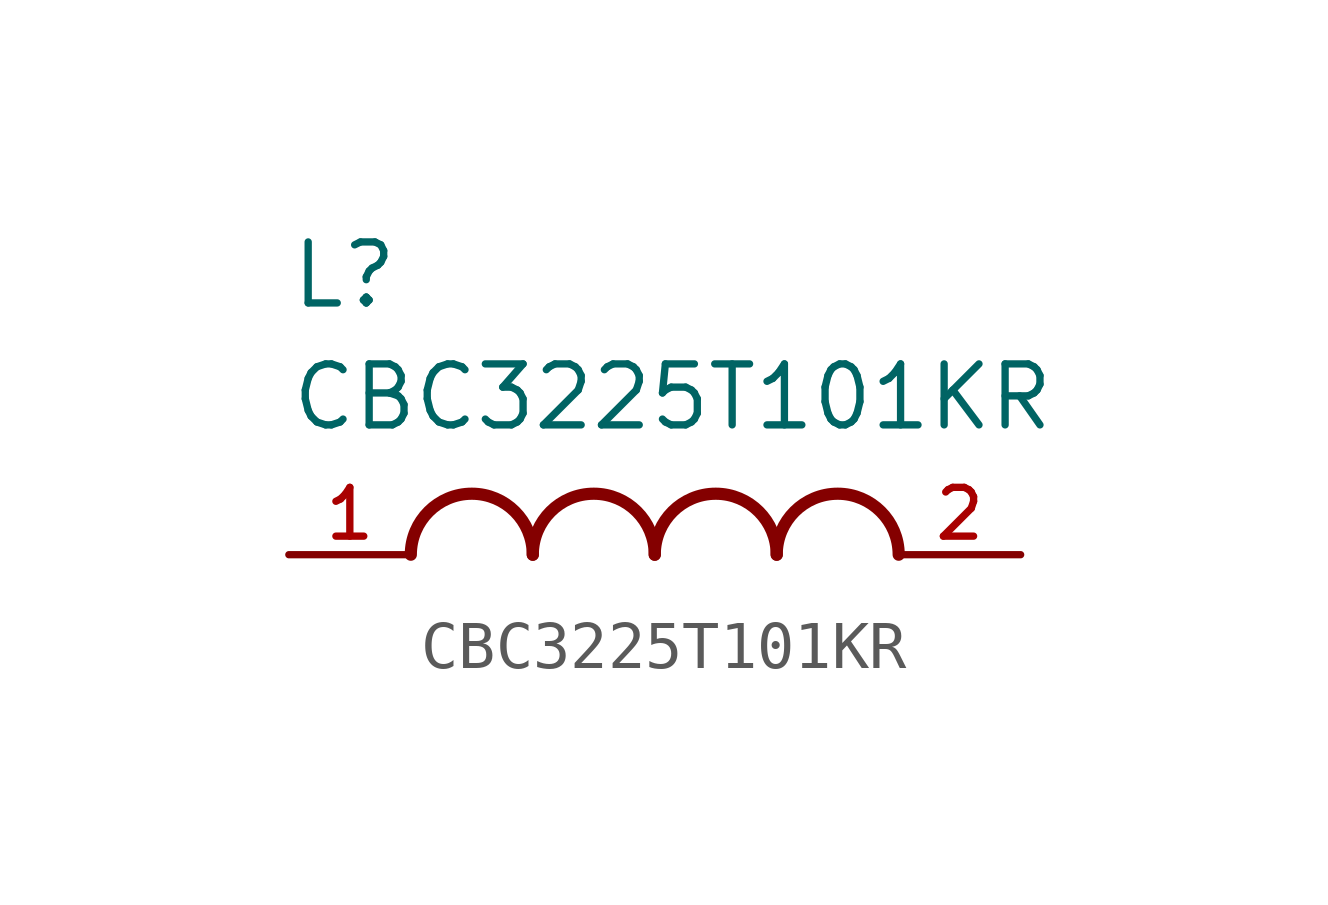
<source format=kicad_sym>
(kicad_symbol_lib
  (version 20211014)
  (generator kicad_symbol_editor)
  (symbol "CBC3225T101KR"
    (pin_names
      (offset 1.016))
    (property "Reference" "L"
      (at -7.62 5.08 0)
      (effects (font (size 1.27 1.27)) (justify bottom left)))
    (property "Value" "CBC3225T101KR"
      (at -7.62 2.54 0)
      (effects (font (size 1.27 1.27)) (justify bottom left)))
    (symbol "CBC3225T101KR_0_0"
      (arc (start -2.54 0.0) (mid -3.81 1.27) (end -5.08 0.0) (stroke (width 0.254) (type default) (color 0 0 0 0)) (fill (type none)))
      (arc (start 0.0 0.0) (mid -1.27 1.27) (end -2.54 0.0) (stroke (width 0.254) (type default) (color 0 0 0 0)) (fill (type none)))
      (arc (start 2.54 0.0) (mid 1.27 1.27) (end 0.0 0.0) (stroke (width 0.254) (type default) (color 0 0 0 0)) (fill (type none)))
      (arc (start 5.08 0.0) (mid 3.81 1.27) (end 2.54 0.0) (stroke (width 0.254) (type default) (color 0 0 0 0)) (fill (type none)))
      (pin passive line (at -7.62 0.0 0) (length 2.54) (name "~" (effects (font (size 1.016 1.016)))) (number "1" (effects (font (size 1.016 1.016)))))
      (pin passive line (at 7.62 0.0 180.0) (length 2.54) (name "~" (effects (font (size 1.016 1.016)))) (number "2" (effects (font (size 1.016 1.016))))))))
</source>
